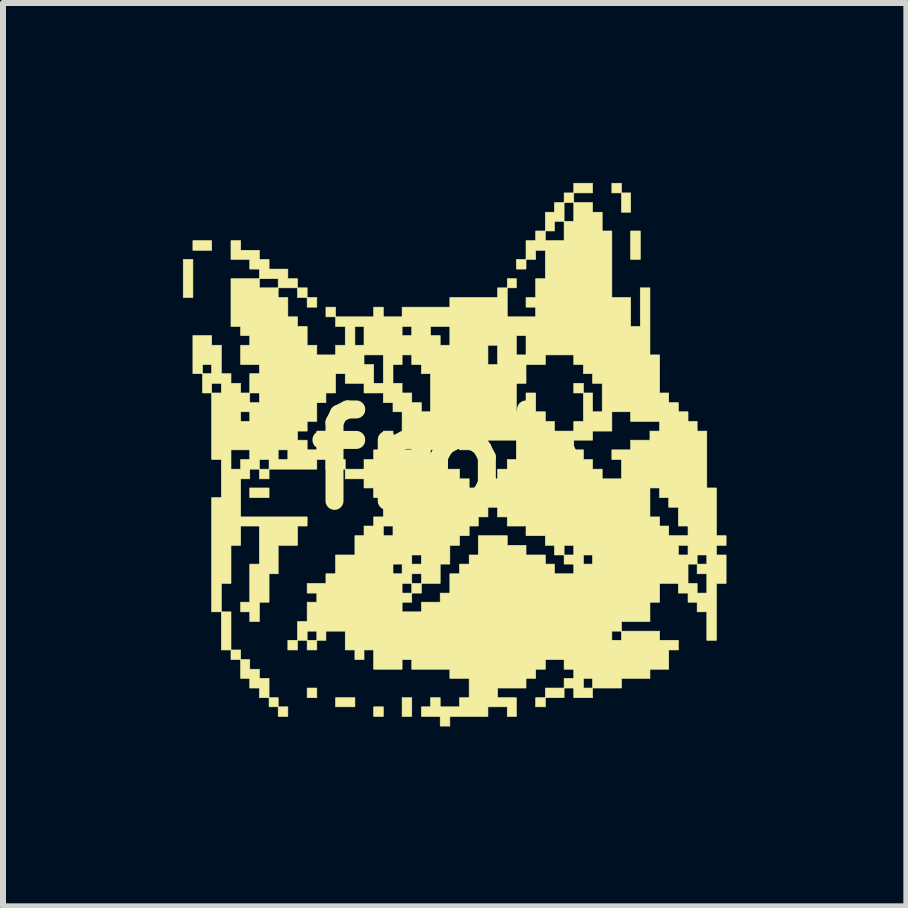
<source format=kicad_pcb>
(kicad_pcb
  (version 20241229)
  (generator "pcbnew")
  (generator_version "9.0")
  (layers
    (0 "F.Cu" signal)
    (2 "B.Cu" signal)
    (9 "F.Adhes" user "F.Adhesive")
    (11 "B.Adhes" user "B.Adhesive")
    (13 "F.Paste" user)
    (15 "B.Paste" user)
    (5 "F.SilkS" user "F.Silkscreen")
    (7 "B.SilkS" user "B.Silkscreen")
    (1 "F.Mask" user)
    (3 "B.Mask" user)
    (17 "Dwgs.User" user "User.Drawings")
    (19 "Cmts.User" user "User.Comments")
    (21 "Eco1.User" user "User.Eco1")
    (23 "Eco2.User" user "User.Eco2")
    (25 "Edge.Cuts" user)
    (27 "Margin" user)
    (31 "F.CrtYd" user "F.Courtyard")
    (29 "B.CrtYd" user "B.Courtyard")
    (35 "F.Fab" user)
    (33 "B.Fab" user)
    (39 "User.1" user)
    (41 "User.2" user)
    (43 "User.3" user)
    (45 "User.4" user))
  (footprint "frob"
    (layer "F.Cu")
    (at 4.45 4.611)
    (property "Reference" "frob" (at 0 0 0) (layer "F.SilkS") (effects (font (size 1.524 1.524) (thickness 0.3))))
    (attr through_hole)
    (fp_poly (pts (xy -4.284 -2.701) (xy -4.445 -2.701) (xy -4.445 -3.336) (xy -4.284 -3.336) (xy -4.284 -2.701)) (stroke (width 0.01) (type solid)) (fill yes) (layer "F.SilkS"))
    (fp_poly (pts (xy -3.971 -3.488) (xy -4.284 -3.488) (xy -4.284 -3.649) (xy -3.971 -3.649) (xy -3.971 -3.488)) (stroke (width 0.01) (type solid)) (fill yes) (layer "F.SilkS"))
    (fp_poly (pts (xy -3.649 3.175) (xy -3.81 3.175) (xy -3.81 2.54) (xy -3.649 2.54) (xy -3.649 3.175)) (stroke (width 0.01) (type solid)) (fill yes) (layer "F.SilkS"))
    (fp_poly (pts (xy -3.488 3.336) (xy -3.649 3.336) (xy -3.649 3.175) (xy -3.488 3.175) (xy -3.488 3.336)) (stroke (width 0.01) (type solid)) (fill yes) (layer "F.SilkS"))
    (fp_poly (pts (xy -3.014 0.635) (xy -3.336 0.635) (xy -3.336 0.474) (xy -3.014 0.474) (xy -3.014 0.635)) (stroke (width 0.01) (type solid)) (fill yes) (layer "F.SilkS"))
    (fp_poly (pts (xy -2.862 4.123) (xy -3.014 4.123) (xy -3.014 3.971) (xy -2.862 3.971) (xy -2.862 4.123)) (stroke (width 0.01) (type solid)) (fill yes) (layer "F.SilkS"))
    (fp_poly (pts (xy -2.701 4.284) (xy -2.862 4.284) (xy -2.862 4.123) (xy -2.701 4.123) (xy -2.701 4.284)) (stroke (width 0.01) (type solid)) (fill yes) (layer "F.SilkS"))
    (fp_poly (pts (xy -2.54 3.175) (xy -2.701 3.175) (xy -2.701 3.014) (xy -2.54 3.014) (xy -2.54 3.175)) (stroke (width 0.01) (type solid)) (fill yes) (layer "F.SilkS"))
    (fp_poly (pts (xy -2.379 -2.701) (xy -2.54 -2.701) (xy -2.54 -2.862) (xy -2.379 -2.862) (xy -2.379 -2.701)) (stroke (width 0.01) (type solid)) (fill yes) (layer "F.SilkS"))
    (fp_poly (pts (xy -2.218 -2.54) (xy -2.379 -2.54) (xy -2.379 -2.701) (xy -2.218 -2.701) (xy -2.218 -2.54)) (stroke (width 0.01) (type solid)) (fill yes) (layer "F.SilkS"))
    (fp_poly (pts (xy -2.218 3.971) (xy -2.379 3.971) (xy -2.379 3.81) (xy -2.218 3.81) (xy -2.218 3.971)) (stroke (width 0.01) (type solid)) (fill yes) (layer "F.SilkS"))
    (fp_poly (pts (xy -1.905 -2.379) (xy -2.066 -2.379) (xy -2.066 -2.54) (xy -1.905 -2.54) (xy -1.905 -2.379)) (stroke (width 0.01) (type solid)) (fill yes) (layer "F.SilkS"))
    (fp_poly (pts (xy -1.583 4.123) (xy -1.905 4.123) (xy -1.905 3.971) (xy -1.583 3.971) (xy -1.583 4.123)) (stroke (width 0.01) (type solid)) (fill yes) (layer "F.SilkS"))
    (fp_poly (pts (xy -1.109 4.284) (xy -1.27 4.284) (xy -1.27 4.123) (xy -1.109 4.123) (xy -1.109 4.284)) (stroke (width 0.01) (type solid)) (fill yes) (layer "F.SilkS"))
    (fp_poly (pts (xy -0.635 4.284) (xy -0.796 4.284) (xy -0.796 3.971) (xy -0.635 3.971) (xy -0.635 4.284)) (stroke (width 0.01) (type solid)) (fill yes) (layer "F.SilkS"))
    (fp_poly (pts (xy -0.474 2.227) (xy -0.635 2.227) (xy -0.635 2.066) (xy -0.474 2.066) (xy -0.474 2.227)) (stroke (width 0.01) (type solid)) (fill yes) (layer "F.SilkS"))
    (fp_poly (pts (xy 1.109 -2.862) (xy 0.957 -2.862) (xy 0.957 -3.014) (xy 1.109 -3.014) (xy 1.109 -2.862)) (stroke (width 0.01) (type solid)) (fill yes) (layer "F.SilkS"))
    (fp_poly (pts (xy 1.27 -3.175) (xy 1.109 -3.175) (xy 1.109 -3.336) (xy 1.27 -3.336) (xy 1.27 -3.175)) (stroke (width 0.01) (type solid)) (fill yes) (layer "F.SilkS"))
    (fp_poly (pts (xy 1.592 4.123) (xy 1.431 4.123) (xy 1.431 3.971) (xy 1.592 3.971) (xy 1.592 4.123)) (stroke (width 0.01) (type solid)) (fill yes) (layer "F.SilkS"))
    (fp_poly (pts (xy 1.905 3.971) (xy 1.592 3.971) (xy 1.592 3.81) (xy 1.905 3.81) (xy 1.905 3.971)) (stroke (width 0.01) (type solid)) (fill yes) (layer "F.SilkS"))
    (fp_poly (pts (xy 2.227 -1.109) (xy 2.066 -1.109) (xy 2.066 -1.27) (xy 2.227 -1.27) (xy 2.227 -1.109)) (stroke (width 0.01) (type solid)) (fill yes) (layer "F.SilkS"))
    (fp_poly (pts (xy 2.379 -4.445) (xy 2.066 -4.445) (xy 2.066 -4.606) (xy 2.379 -4.606) (xy 2.379 -4.445)) (stroke (width 0.01) (type solid)) (fill yes) (layer "F.SilkS"))
    (fp_poly (pts (xy 2.862 -4.445) (xy 2.701 -4.445) (xy 2.701 -4.606) (xy 2.862 -4.606) (xy 2.862 -4.445)) (stroke (width 0.01) (type solid)) (fill yes) (layer "F.SilkS"))
    (fp_poly (pts (xy 3.014 -4.123) (xy 2.862 -4.123) (xy 2.862 -4.445) (xy 3.014 -4.445) (xy 3.014 -4.123)) (stroke (width 0.01) (type solid)) (fill yes) (layer "F.SilkS"))
    (fp_poly (pts (xy 3.175 -3.336) (xy 3.014 -3.336) (xy 3.014 -3.81) (xy 3.175 -3.81) (xy 3.175 -3.336)) (stroke (width 0.01) (type solid)) (fill yes) (layer "F.SilkS"))
    (fp_poly (pts (xy -3.336 3.497) (xy -3.175 3.497) (xy -3.175 3.649) (xy -3.014 3.649) (xy -3.014 3.971) (xy -3.175 3.971) (xy -3.175 3.81) (xy -3.336 3.81) (xy -3.336 3.649) (xy -3.488 3.649) (xy -3.488 3.336) (xy -3.336 3.336) (xy -3.336 3.497)) (stroke (width 0.01) (type solid)) (fill yes) (layer "F.SilkS"))
    (fp_poly (pts (xy 3.497 2.862) (xy 3.497 3.014) (xy 3.81 3.014) (xy 3.81 3.175) (xy 3.649 3.175) (xy 3.649 3.497) (xy 3.336 3.497) (xy 3.336 3.649) (xy 2.862 3.649) (xy 2.862 3.81) (xy 2.379 3.81) (xy 2.379 3.971) (xy 2.066 3.971) (xy 2.066 3.81) (xy 1.905 3.81) (xy 1.905 3.649) (xy 2.066 3.649) (xy 2.227 3.649) (xy 2.227 3.81) (xy 2.379 3.81) (xy 2.379 3.649) (xy 2.227 3.649) (xy 2.066 3.649) (xy 2.066 3.497) (xy 1.905 3.497) (xy 1.905 3.336) (xy 1.592 3.336) (xy 1.592 3.497) (xy 1.431 3.497) (xy 1.431 3.649) (xy 1.27 3.649) (xy 1.27 3.81) (xy 0.796 3.81) (xy 0.796 3.971) (xy 1.109 3.971) (xy 1.109 4.284) (xy 0.957 4.284) (xy 0.957 4.123) (xy 0.635 4.123) (xy 0.635 4.284) (xy 0 4.284) (xy 0 4.445) (xy -0.161 4.445) (xy -0.161 4.284) (xy -0.474 4.284) (xy -0.474 4.123) (xy -0.322 4.123) (xy -0.322 3.971) (xy -0.161 3.971) (xy -0.161 4.123) (xy 0.161 4.123) (xy 0.161 3.971) (xy 0.322 3.971) (xy 0.322 3.649) (xy 0 3.649) (xy 0 3.497) (xy -0.635 3.497) (xy -0.635 3.336) (xy -0.796 3.336) (xy -0.796 3.497) (xy -1.27 3.497) (xy -1.27 3.175) (xy -1.431 3.175) (xy -1.431 3.336) (xy -1.583 3.336) (xy -1.583 3.175) (xy -1.744 3.175) (xy -1.744 2.862) (xy 2.701 2.862) (xy 2.701 3.014) (xy 2.862 3.014) (xy 2.862 2.862) (xy 2.701 2.862) (xy -1.744 2.862) (xy -2.066 2.862) (xy -2.066 3.014) (xy -2.218 3.014) (xy -2.218 3.175) (xy -2.379 3.175) (xy -2.379 3.014) (xy -2.54 3.014) (xy -2.54 2.862) (xy -2.379 2.862) (xy -2.379 3.014) (xy -2.218 3.014) (xy -2.218 2.862) (xy -2.379 2.862) (xy -2.54 2.862) (xy -2.54 2.701) (xy -2.379 2.701) (xy -2.379 2.379) (xy -2.218 2.379) (xy -2.218 2.227) (xy -2.379 2.227) (xy -2.379 2.066) (xy -2.066 2.066) (xy -0.796 2.066) (xy -0.796 2.227) (xy -0.635 2.227) (xy -0.635 2.379) (xy -0.796 2.379) (xy -0.796 2.54) (xy -0.474 2.54) (xy -0.474 2.379) (xy -0.161 2.379) (xy -0.161 2.227) (xy 0 2.227) (xy 0 1.905) (xy 0.161 1.905) (xy 0.161 1.744) (xy 0.322 1.744) (xy 0.322 1.592) (xy 0.474 1.592) (xy 0.474 1.27) (xy 0.957 1.27) (xy 0.957 1.431) (xy 1.27 1.431) (xy 1.27 1.592) (xy 1.592 1.592) (xy 1.592 1.744) (xy 1.744 1.744) (xy 1.744 1.905) (xy 2.066 1.905) (xy 2.066 1.744) (xy 1.905 1.744) (xy 1.905 1.592) (xy 1.744 1.592) (xy 1.744 1.431) (xy 1.905 1.431) (xy 1.905 1.592) (xy 2.066 1.592) (xy 2.227 1.592) (xy 2.227 1.744) (xy 2.379 1.744) (xy 3.971 1.744) (xy 3.971 2.066) (xy 4.123 2.066) (xy 4.123 2.227) (xy 4.284 2.227) (xy 4.284 1.905) (xy 4.123 1.905) (xy 4.123 1.744) (xy 3.971 1.744) (xy 2.379 1.744) (xy 2.379 1.592) (xy 2.227 1.592) (xy 2.066 1.592) (xy 2.066 1.431) (xy 3.81 1.431) (xy 3.81 1.592) (xy 3.971 1.592) (xy 4.123 1.592) (xy 4.123 1.744) (xy 4.284 1.744) (xy 4.284 1.592) (xy 4.123 1.592) (xy 3.971 1.592) (xy 3.971 1.431) (xy 3.81 1.431) (xy 2.066 1.431) (xy 1.905 1.431) (xy 1.744 1.431) (xy 1.592 1.431) (xy 1.592 1.27) (xy 1.27 1.27) (xy 1.27 1.109) (xy 0.957 1.109) (xy 0.957 0.957) (xy 0.796 0.957) (xy 0.796 0.796) (xy 0.635 0.796) (xy 0.635 0.957) (xy 0.474 0.957) (xy 0.474 1.109) (xy 0.322 1.109) (xy 0.322 1.27) (xy 0.161 1.27) (xy 0.161 1.431) (xy 0 1.431) (xy 0 1.744) (xy -0.161 1.744) (xy -0.161 2.066) (xy -0.474 2.066) (xy -0.474 1.905) (xy -0.635 1.905) (xy -0.635 2.066) (xy -0.796 2.066) (xy -2.066 2.066) (xy -2.066 1.905) (xy -1.905 1.905) (xy -1.905 1.744) (xy -0.948 1.744) (xy -0.948 1.905) (xy -0.796 1.905) (xy -0.796 1.744) (xy -0.948 1.744) (xy -1.905 1.744) (xy -1.905 1.592) (xy -1.583 1.592) (xy -0.635 1.592) (xy -0.635 1.744) (xy -0.474 1.744) (xy -0.474 1.592) (xy -0.635 1.592) (xy -1.583 1.592) (xy -1.583 1.27) (xy -1.431 1.27) (xy -1.431 1.109) (xy -1.27 1.109) (xy -1.109 1.109) (xy -1.109 1.27) (xy -0.948 1.27) (xy -0.948 1.109) (xy -1.109 1.109) (xy -1.27 1.109) (xy -1.27 0.957) (xy -1.109 0.957) (xy -1.109 0.635) (xy -1.27 0.635) (xy -1.27 0.474) (xy -1.431 0.474) (xy -1.431 0.322) (xy -1.744 0.322) (xy -1.744 0.161) (xy -2.066 0.161) (xy -2.066 0) (xy -2.218 0) (xy -2.218 0.161) (xy -3.014 0.161) (xy -3.014 0.322) (xy -3.175 0.322) (xy -3.175 0.161) (xy -3.336 0.161) (xy -3.336 0.322) (xy -3.488 0.322) (xy -3.488 0.957) (xy -2.379 0.957) (xy -2.379 1.109) (xy -2.54 1.109) (xy -2.54 1.431) (xy -2.862 1.431) (xy -2.862 1.905) (xy -3.014 1.905) (xy -3.014 2.379) (xy -3.175 2.379) (xy -3.175 2.701) (xy -3.336 2.701) (xy -3.336 2.54) (xy -3.488 2.54) (xy -3.488 2.379) (xy -3.336 2.379) (xy -3.336 1.744) (xy -3.175 1.744) (xy -3.175 1.109) (xy -3.488 1.109) (xy -3.488 1.431) (xy -3.649 1.431) (xy -3.649 2.066) (xy -3.81 2.066) (xy -3.81 2.54) (xy -3.971 2.54) (xy -3.971 0.635) (xy -3.81 0.635) (xy -3.81 0) (xy -3.971 0) (xy -3.971 -0.161) (xy -3.649 -0.161) (xy -3.649 0.161) (xy -3.488 0.161) (xy -3.488 0) (xy -3.336 0) (xy -3.175 0) (xy -3.175 0.161) (xy -3.014 0.161) (xy -3.014 0) (xy -3.175 0) (xy -3.336 0) (xy -3.336 -0.161) (xy -2.862 -0.161) (xy -2.862 0) (xy -2.701 0) (xy -2.701 -0.161) (xy -2.862 -0.161) (xy -3.336 -0.161) (xy -3.649 -0.161) (xy -3.971 -0.161) (xy -3.971 -0.474) (xy -2.54 -0.474) (xy -2.54 -0.322) (xy -2.379 -0.322) (xy -2.379 -0.161) (xy -2.218 -0.161) (xy -2.218 -0.474) (xy -2.066 -0.474) (xy -2.066 -0.161) (xy -1.905 -0.161) (xy -1.905 0) (xy -1.744 0) (xy -1.744 0.161) (xy -1.431 0.161) (xy -1.431 0) (xy -1.27 0) (xy -1.27 -0.161) (xy -1.109 -0.161) (xy -1.109 -0.474) (xy -0.948 -0.474) (xy -0.948 -0.161) (xy -0.635 -0.161) (xy -0.322 -0.161) (xy -0.322 0.161) (xy 0.161 0.161) (xy 0.161 0.322) (xy 0.322 0.322) (xy 0.322 0.474) (xy 0.635 0.474) (xy 3.336 0.474) (xy 3.336 0.957) (xy 3.497 0.957) (xy 3.497 1.109) (xy 3.649 1.109) (xy 3.649 1.27) (xy 3.971 1.27) (xy 3.971 1.109) (xy 3.81 1.109) (xy 3.81 0.796) (xy 3.649 0.796) (xy 3.649 0.635) (xy 3.497 0.635) (xy 3.497 0.474) (xy 3.336 0.474) (xy 0.635 0.474) (xy 0.635 0.322) (xy 0.796 0.322) (xy 0.796 0.161) (xy 0.957 0.161) (xy 0.957 0) (xy 1.109 0) (xy 1.109 -0.322) (xy 2.066 -0.322) (xy 2.066 -0.161) (xy 2.227 -0.161) (xy 2.227 0) (xy 2.379 0) (xy 2.379 0.161) (xy 2.54 0.161) (xy 2.54 0.322) (xy 2.862 0.322) (xy 2.862 0) (xy 2.701 0) (xy 2.701 -0.161) (xy 3.014 -0.161) (xy 3.014 -0.322) (xy 3.336 -0.322) (xy 3.336 -0.474) (xy 3.497 -0.474) (xy 3.497 -0.635) (xy 3.014 -0.635) (xy 3.014 -0.796) (xy 2.701 -0.796) (xy 2.701 -0.474) (xy 2.379 -0.474) (xy 2.379 -0.322) (xy 2.066 -0.322) (xy 1.109 -0.322) (xy 0.635 -0.322) (xy 0.635 -0.161) (xy 0.161 -0.161) (xy 0.161 -0.322) (xy -0.161 -0.322) (xy -0.161 -0.161) (xy -0.322 -0.161) (xy -0.635 -0.161) (xy -0.635 -0.474) (xy -0.796 -0.474) (xy -0.796 -0.796) (xy -0.948 -0.796) (xy -0.948 -0.948) (xy -1.109 -0.948) (xy -1.109 -1.109) (xy -1.431 -1.109) (xy -1.431 -1.27) (xy -1.744 -1.27) (xy -1.744 -1.431) (xy -1.905 -1.431) (xy -1.905 -1.109) (xy -2.066 -1.109) (xy -2.066 -0.948) (xy -2.218 -0.948) (xy -2.218 -0.635) (xy -2.379 -0.635) (xy -2.379 -0.474) (xy -2.54 -0.474) (xy -3.971 -0.474) (xy -3.971 -0.796) (xy -3.488 -0.796) (xy -3.488 -0.635) (xy -3.336 -0.635) (xy -3.336 -0.796) (xy -3.488 -0.796) (xy -3.971 -0.796) (xy -3.971 -1.109) (xy -4.123 -1.109) (xy -4.123 -1.27) (xy -3.971 -1.27) (xy -3.971 -1.109) (xy -3.81 -1.109) (xy -3.81 -1.27) (xy -3.971 -1.27) (xy -4.123 -1.27) (xy -4.123 -1.431) (xy -4.284 -1.431) (xy -4.284 -1.583) (xy -4.123 -1.583) (xy -4.123 -1.431) (xy -3.971 -1.431) (xy -3.971 -1.583) (xy -4.123 -1.583) (xy -4.284 -1.583) (xy -4.284 -2.066) (xy -3.971 -2.066) (xy -3.971 -1.905) (xy -3.81 -1.905) (xy -3.81 -1.431) (xy -3.649 -1.431) (xy -3.649 -1.27) (xy -3.488 -1.27) (xy -3.488 -1.109) (xy -3.336 -1.109) (xy -3.336 -0.948) (xy -3.175 -0.948) (xy -3.175 -1.109) (xy -3.336 -1.109) (xy -3.336 -1.431) (xy -3.175 -1.431) (xy -3.175 -1.583) (xy -3.488 -1.583) (xy -3.488 -1.905) (xy -3.336 -1.905) (xy -3.336 -2.066) (xy -3.488 -2.066) (xy -3.488 -2.218) (xy -3.649 -2.218) (xy -3.649 -3.014) (xy -3.175 -3.014) (xy -3.175 -2.862) (xy -2.862 -2.862) (xy -2.862 -3.014) (xy -3.175 -3.014) (xy -3.175 -3.175) (xy -3.336 -3.175) (xy -3.336 -3.336) (xy -3.649 -3.336) (xy -3.649 -3.649) (xy -3.488 -3.649) (xy -3.488 -3.488) (xy -3.175 -3.488) (xy -3.175 -3.336) (xy -3.014 -3.336) (xy -3.014 -3.175) (xy -2.701 -3.175) (xy -2.701 -3.014) (xy -2.54 -3.014) (xy -2.54 -2.862) (xy -2.862 -2.862) (xy -2.862 -2.701) (xy -2.701 -2.701) (xy -2.701 -2.379) (xy -2.54 -2.379) (xy -2.54 -2.218) (xy -2.379 -2.218) (xy -2.379 -1.905) (xy -2.218 -1.905) (xy -2.218 -1.744) (xy -1.905 -1.744) (xy -1.431 -1.744) (xy -1.431 -1.583) (xy -1.27 -1.583) (xy -1.27 -1.27) (xy -1.109 -1.27) (xy -1.109 -1.583) (xy -0.948 -1.583) (xy -0.948 -1.27) (xy -0.796 -1.27) (xy -0.796 -1.109) (xy -0.635 -1.109) (xy -0.635 -0.948) (xy -0.474 -0.948) (xy -0.474 -0.796) (xy -0.322 -0.796) (xy -0.322 -1.27) (xy 1.109 -1.27) (xy 1.109 -0.796) (xy 1.27 -0.796) (xy 1.27 -1.109) (xy 1.431 -1.109) (xy 1.431 -0.796) (xy 1.592 -0.796) (xy 1.592 -0.635) (xy 1.744 -0.635) (xy 1.744 -0.474) (xy 2.066 -0.474) (xy 2.066 -0.635) (xy 2.227 -0.635) (xy 2.227 -1.109) (xy 2.379 -1.109) (xy 2.379 -0.796) (xy 2.54 -0.796) (xy 2.54 -1.27) (xy 2.379 -1.27) (xy 2.379 -1.431) (xy 2.227 -1.431) (xy 2.227 -1.583) (xy 2.066 -1.583) (xy 2.066 -1.744) (xy 1.592 -1.744) (xy 1.592 -1.583) (xy 1.27 -1.583) (xy 1.27 -1.27) (xy 1.109 -1.27) (xy -0.322 -1.27) (xy -0.322 -1.431) (xy -0.474 -1.431) (xy -0.474 -1.583) (xy -0.635 -1.583) (xy -0.635 -1.744) (xy -0.796 -1.744) (xy -0.796 -1.583) (xy -0.948 -1.583) (xy -1.109 -1.583) (xy -1.109 -1.744) (xy -1.431 -1.744) (xy -1.905 -1.744) (xy -1.905 -1.905) (xy -1.744 -1.905) (xy -1.744 -2.218) (xy -1.583 -2.218) (xy -1.583 -1.905) (xy -1.431 -1.905) (xy -1.431 -2.218) (xy -0.796 -2.218) (xy -0.796 -2.066) (xy -0.635 -2.066) (xy -0.635 -2.218) (xy -0.322 -2.218) (xy -0.322 -2.066) (xy -0.161 -2.066) (xy -0.161 -1.905) (xy 0 -1.905) (xy 0.635 -1.905) (xy 0.635 -1.583) (xy 0.796 -1.583) (xy 0.796 -1.905) (xy 0.635 -1.905) (xy 0 -1.905) (xy 0 -2.066) (xy 1.109 -2.066) (xy 1.109 -1.744) (xy 1.27 -1.744) (xy 1.27 -2.066) (xy 1.109 -2.066) (xy 0 -2.066) (xy 0 -2.218) (xy -0.322 -2.218) (xy -0.635 -2.218) (xy -0.796 -2.218) (xy -1.431 -2.218) (xy -1.583 -2.218) (xy -1.744 -2.218) (xy -1.905 -2.218) (xy -1.905 -2.379) (xy -1.27 -2.379) (xy -1.27 -2.54) (xy -1.109 -2.54) (xy -1.109 -2.379) (xy -0.796 -2.379) (xy -0.796 -2.54) (xy 0 -2.54) (xy 0 -2.701) (xy 0.796 -2.701) (xy 0.796 -2.862) (xy 0.957 -2.862) (xy 0.957 -2.379) (xy 1.431 -2.379) (xy 1.431 -2.54) (xy 1.27 -2.54) (xy 1.27 -2.701) (xy 1.431 -2.701) (xy 1.431 -3.014) (xy 1.592 -3.014) (xy 1.592 -3.488) (xy 1.431 -3.488) (xy 1.431 -3.336) (xy 1.27 -3.336) (xy 1.27 -3.649) (xy 1.431 -3.649) (xy 1.431 -3.81) (xy 1.592 -3.81) (xy 1.592 -3.649) (xy 1.905 -3.649) (xy 1.905 -3.971) (xy 1.744 -3.971) (xy 1.744 -3.81) (xy 1.592 -3.81) (xy 1.592 -4.123) (xy 1.744 -4.123) (xy 1.744 -4.284) (xy 1.905 -4.284) (xy 1.905 -3.971) (xy 2.066 -3.971) (xy 2.066 -4.284) (xy 1.905 -4.284) (xy 1.905 -4.445) (xy 2.066 -4.445) (xy 2.066 -4.284) (xy 2.379 -4.284) (xy 2.379 -4.123) (xy 2.54 -4.123) (xy 2.54 -3.81) (xy 2.701 -3.81) (xy 2.701 -2.701) (xy 3.014 -2.701) (xy 3.014 -2.218) (xy 3.175 -2.218) (xy 3.175 -2.862) (xy 3.336 -2.862) (xy 3.336 -1.744) (xy 3.497 -1.744) (xy 3.497 -1.109) (xy 3.649 -1.109) (xy 3.649 -0.948) (xy 3.81 -0.948) (xy 3.81 -0.796) (xy 3.971 -0.796) (xy 3.971 -0.635) (xy 4.123 -0.635) (xy 4.123 -0.474) (xy 4.284 -0.474) (xy 4.284 0.474) (xy 4.445 0.474) (xy 4.445 1.27) (xy 4.606 1.27) (xy 4.606 1.431) (xy 4.445 1.431) (xy 4.445 1.592) (xy 4.606 1.592) (xy 4.606 2.066) (xy 4.445 2.066) (xy 4.445 3.014) (xy 4.284 3.014) (xy 4.284 2.54) (xy 4.123 2.54) (xy 4.123 2.379) (xy 3.971 2.379) (xy 3.971 2.227) (xy 3.81 2.227) (xy 3.81 2.066) (xy 3.497 2.066) (xy 3.497 2.379) (xy 3.336 2.379) (xy 3.336 2.701) (xy 2.862 2.701) (xy 2.862 2.862) (xy 3.497 2.862)) (stroke (width 0.01) (type solid)) (fill yes) (layer "F.SilkS")))
  (gr_rect
    (start -3 -3)
    (end 12.061 12.061)
    (stroke (width 0.1) (type default))
    (fill no)
    (layer "Edge.Cuts")))
</source>
